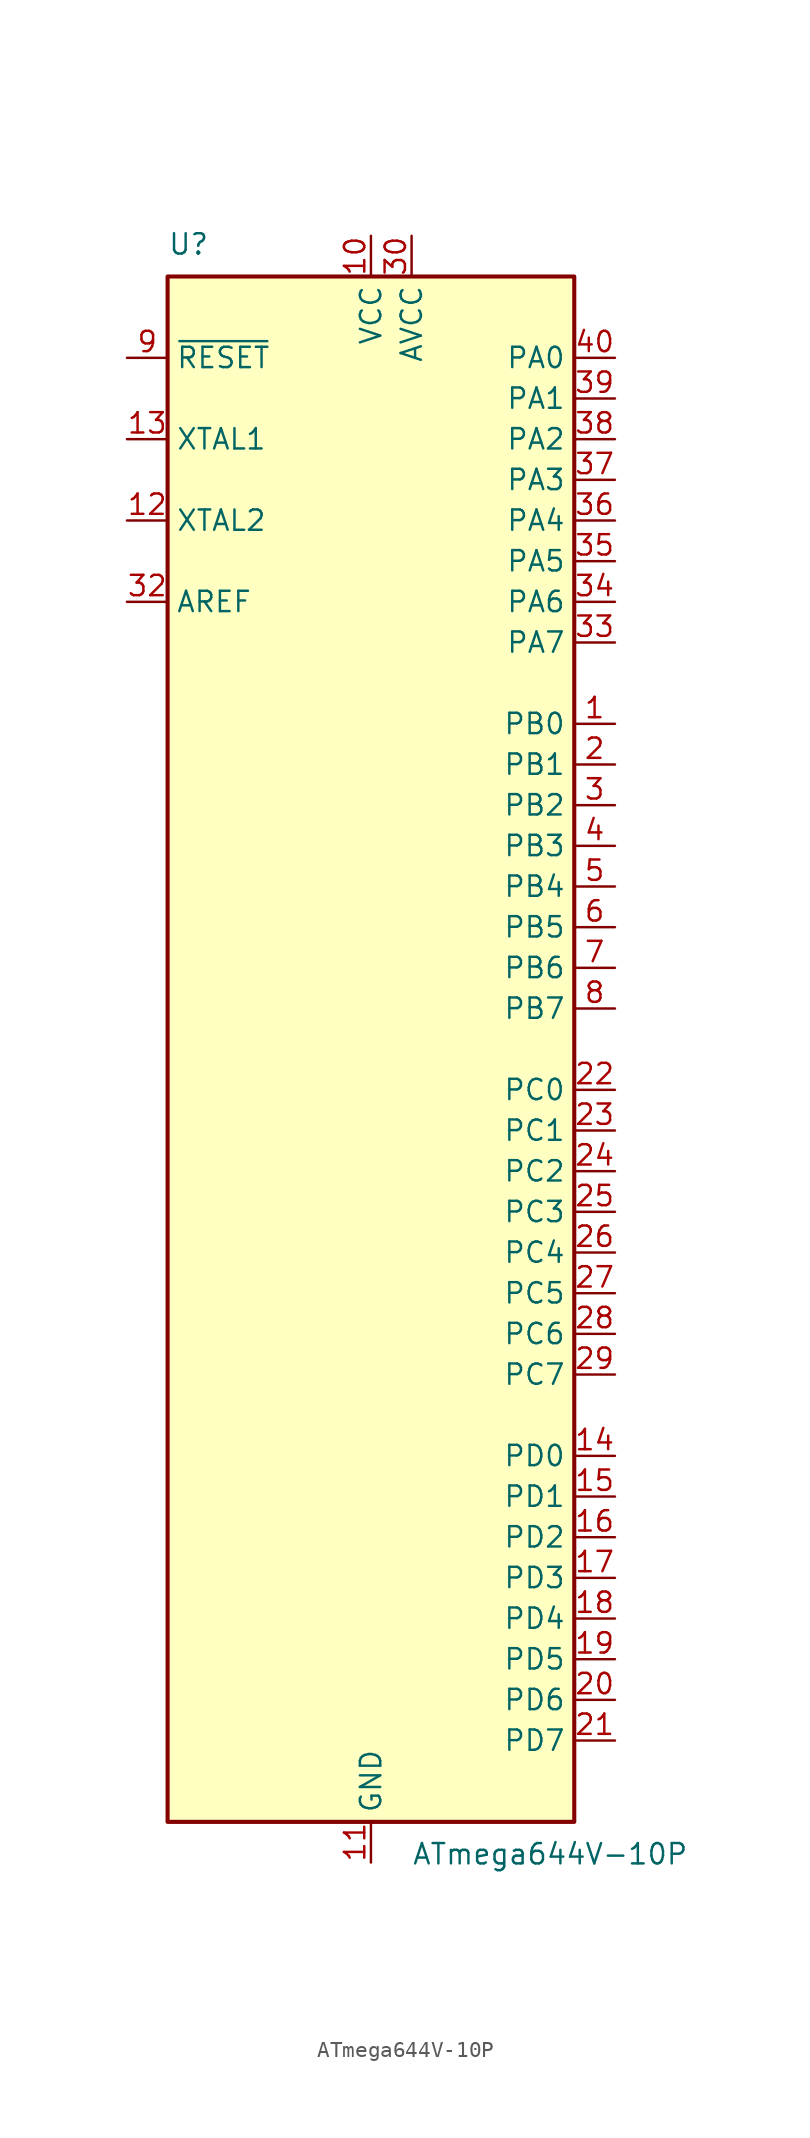
<source format=kicad_sym>
(kicad_symbol_lib
  (version 20231120)
  (generator "kicad_symbol_editor")
  (generator_version "8.0")
  (symbol "ATmega644V-10P"
    (property "Reference" "U"
      (at -12.7 49.53 0)
      (effects (font (size 1.27 1.27)) (justify left bottom)))
    (property "Value" "ATmega644V-10P"
      (at 2.54 -49.53 0)
      (effects (font (size 1.27 1.27)) (justify left top)))
    (symbol "ATmega644V-10P_0_1"
      (rectangle (start -12.7 -48.26) (end 12.7 48.26) (stroke (width 0.254) (type default)) (fill (type background))))
    (symbol "ATmega644V-10P_1_1"
      (pin bidirectional line (at 15.24 20.32 180) (length 2.54) (name "PB0" (effects (font (size 1.27 1.27)))) (number "1" (effects (font (size 1.27 1.27)))))
      (pin power_in line (at 0 50.8 270) (length 2.54) (name "VCC" (effects (font (size 1.27 1.27)))) (number "10" (effects (font (size 1.27 1.27)))))
      (pin power_in line (at 0 -50.8 90) (length 2.54) (name "GND" (effects (font (size 1.27 1.27)))) (number "11" (effects (font (size 1.27 1.27)))))
      (pin output line (at -15.24 33.02 0) (length 2.54) (name "XTAL2" (effects (font (size 1.27 1.27)))) (number "12" (effects (font (size 1.27 1.27)))))
      (pin input line (at -15.24 38.1 0) (length 2.54) (name "XTAL1" (effects (font (size 1.27 1.27)))) (number "13" (effects (font (size 1.27 1.27)))))
      (pin bidirectional line (at 15.24 -25.4 180) (length 2.54) (name "PD0" (effects (font (size 1.27 1.27)))) (number "14" (effects (font (size 1.27 1.27)))))
      (pin bidirectional line (at 15.24 -27.94 180) (length 2.54) (name "PD1" (effects (font (size 1.27 1.27)))) (number "15" (effects (font (size 1.27 1.27)))))
      (pin bidirectional line (at 15.24 -30.48 180) (length 2.54) (name "PD2" (effects (font (size 1.27 1.27)))) (number "16" (effects (font (size 1.27 1.27)))))
      (pin bidirectional line (at 15.24 -33.02 180) (length 2.54) (name "PD3" (effects (font (size 1.27 1.27)))) (number "17" (effects (font (size 1.27 1.27)))))
      (pin bidirectional line (at 15.24 -35.56 180) (length 2.54) (name "PD4" (effects (font (size 1.27 1.27)))) (number "18" (effects (font (size 1.27 1.27)))))
      (pin bidirectional line (at 15.24 -38.1 180) (length 2.54) (name "PD5" (effects (font (size 1.27 1.27)))) (number "19" (effects (font (size 1.27 1.27)))))
      (pin bidirectional line (at 15.24 17.78 180) (length 2.54) (name "PB1" (effects (font (size 1.27 1.27)))) (number "2" (effects (font (size 1.27 1.27)))))
      (pin bidirectional line (at 15.24 -40.64 180) (length 2.54) (name "PD6" (effects (font (size 1.27 1.27)))) (number "20" (effects (font (size 1.27 1.27)))))
      (pin bidirectional line (at 15.24 -43.18 180) (length 2.54) (name "PD7" (effects (font (size 1.27 1.27)))) (number "21" (effects (font (size 1.27 1.27)))))
      (pin bidirectional line (at 15.24 -2.54 180) (length 2.54) (name "PC0" (effects (font (size 1.27 1.27)))) (number "22" (effects (font (size 1.27 1.27)))))
      (pin bidirectional line (at 15.24 -5.08 180) (length 2.54) (name "PC1" (effects (font (size 1.27 1.27)))) (number "23" (effects (font (size 1.27 1.27)))))
      (pin bidirectional line (at 15.24 -7.62 180) (length 2.54) (name "PC2" (effects (font (size 1.27 1.27)))) (number "24" (effects (font (size 1.27 1.27)))))
      (pin bidirectional line (at 15.24 -10.16 180) (length 2.54) (name "PC3" (effects (font (size 1.27 1.27)))) (number "25" (effects (font (size 1.27 1.27)))))
      (pin bidirectional line (at 15.24 -12.7 180) (length 2.54) (name "PC4" (effects (font (size 1.27 1.27)))) (number "26" (effects (font (size 1.27 1.27)))))
      (pin bidirectional line (at 15.24 -15.24 180) (length 2.54) (name "PC5" (effects (font (size 1.27 1.27)))) (number "27" (effects (font (size 1.27 1.27)))))
      (pin bidirectional line (at 15.24 -17.78 180) (length 2.54) (name "PC6" (effects (font (size 1.27 1.27)))) (number "28" (effects (font (size 1.27 1.27)))))
      (pin bidirectional line (at 15.24 -20.32 180) (length 2.54) (name "PC7" (effects (font (size 1.27 1.27)))) (number "29" (effects (font (size 1.27 1.27)))))
      (pin bidirectional line (at 15.24 15.24 180) (length 2.54) (name "PB2" (effects (font (size 1.27 1.27)))) (number "3" (effects (font (size 1.27 1.27)))))
      (pin power_in line (at 2.54 50.8 270) (length 2.54) (name "AVCC" (effects (font (size 1.27 1.27)))) (number "30" (effects (font (size 1.27 1.27)))))
      (pin passive line (at 0 -50.8 90) (length 2.54) hide (name "GND" (effects (font (size 1.27 1.27)))) (number "31" (effects (font (size 1.27 1.27)))))
      (pin passive line (at -15.24 27.94 0) (length 2.54) (name "AREF" (effects (font (size 1.27 1.27)))) (number "32" (effects (font (size 1.27 1.27)))))
      (pin bidirectional line (at 15.24 25.4 180) (length 2.54) (name "PA7" (effects (font (size 1.27 1.27)))) (number "33" (effects (font (size 1.27 1.27)))))
      (pin bidirectional line (at 15.24 27.94 180) (length 2.54) (name "PA6" (effects (font (size 1.27 1.27)))) (number "34" (effects (font (size 1.27 1.27)))))
      (pin bidirectional line (at 15.24 30.48 180) (length 2.54) (name "PA5" (effects (font (size 1.27 1.27)))) (number "35" (effects (font (size 1.27 1.27)))))
      (pin bidirectional line (at 15.24 33.02 180) (length 2.54) (name "PA4" (effects (font (size 1.27 1.27)))) (number "36" (effects (font (size 1.27 1.27)))))
      (pin bidirectional line (at 15.24 35.56 180) (length 2.54) (name "PA3" (effects (font (size 1.27 1.27)))) (number "37" (effects (font (size 1.27 1.27)))))
      (pin bidirectional line (at 15.24 38.1 180) (length 2.54) (name "PA2" (effects (font (size 1.27 1.27)))) (number "38" (effects (font (size 1.27 1.27)))))
      (pin bidirectional line (at 15.24 40.64 180) (length 2.54) (name "PA1" (effects (font (size 1.27 1.27)))) (number "39" (effects (font (size 1.27 1.27)))))
      (pin bidirectional line (at 15.24 12.7 180) (length 2.54) (name "PB3" (effects (font (size 1.27 1.27)))) (number "4" (effects (font (size 1.27 1.27)))))
      (pin bidirectional line (at 15.24 43.18 180) (length 2.54) (name "PA0" (effects (font (size 1.27 1.27)))) (number "40" (effects (font (size 1.27 1.27)))))
      (pin bidirectional line (at 15.24 10.16 180) (length 2.54) (name "PB4" (effects (font (size 1.27 1.27)))) (number "5" (effects (font (size 1.27 1.27)))))
      (pin bidirectional line (at 15.24 7.62 180) (length 2.54) (name "PB5" (effects (font (size 1.27 1.27)))) (number "6" (effects (font (size 1.27 1.27)))))
      (pin bidirectional line (at 15.24 5.08 180) (length 2.54) (name "PB6" (effects (font (size 1.27 1.27)))) (number "7" (effects (font (size 1.27 1.27)))))
      (pin bidirectional line (at 15.24 2.54 180) (length 2.54) (name "PB7" (effects (font (size 1.27 1.27)))) (number "8" (effects (font (size 1.27 1.27)))))
      (pin input line (at -15.24 43.18 0) (length 2.54) (name "~{RESET}" (effects (font (size 1.27 1.27)))) (number "9" (effects (font (size 1.27 1.27))))))))
</source>
